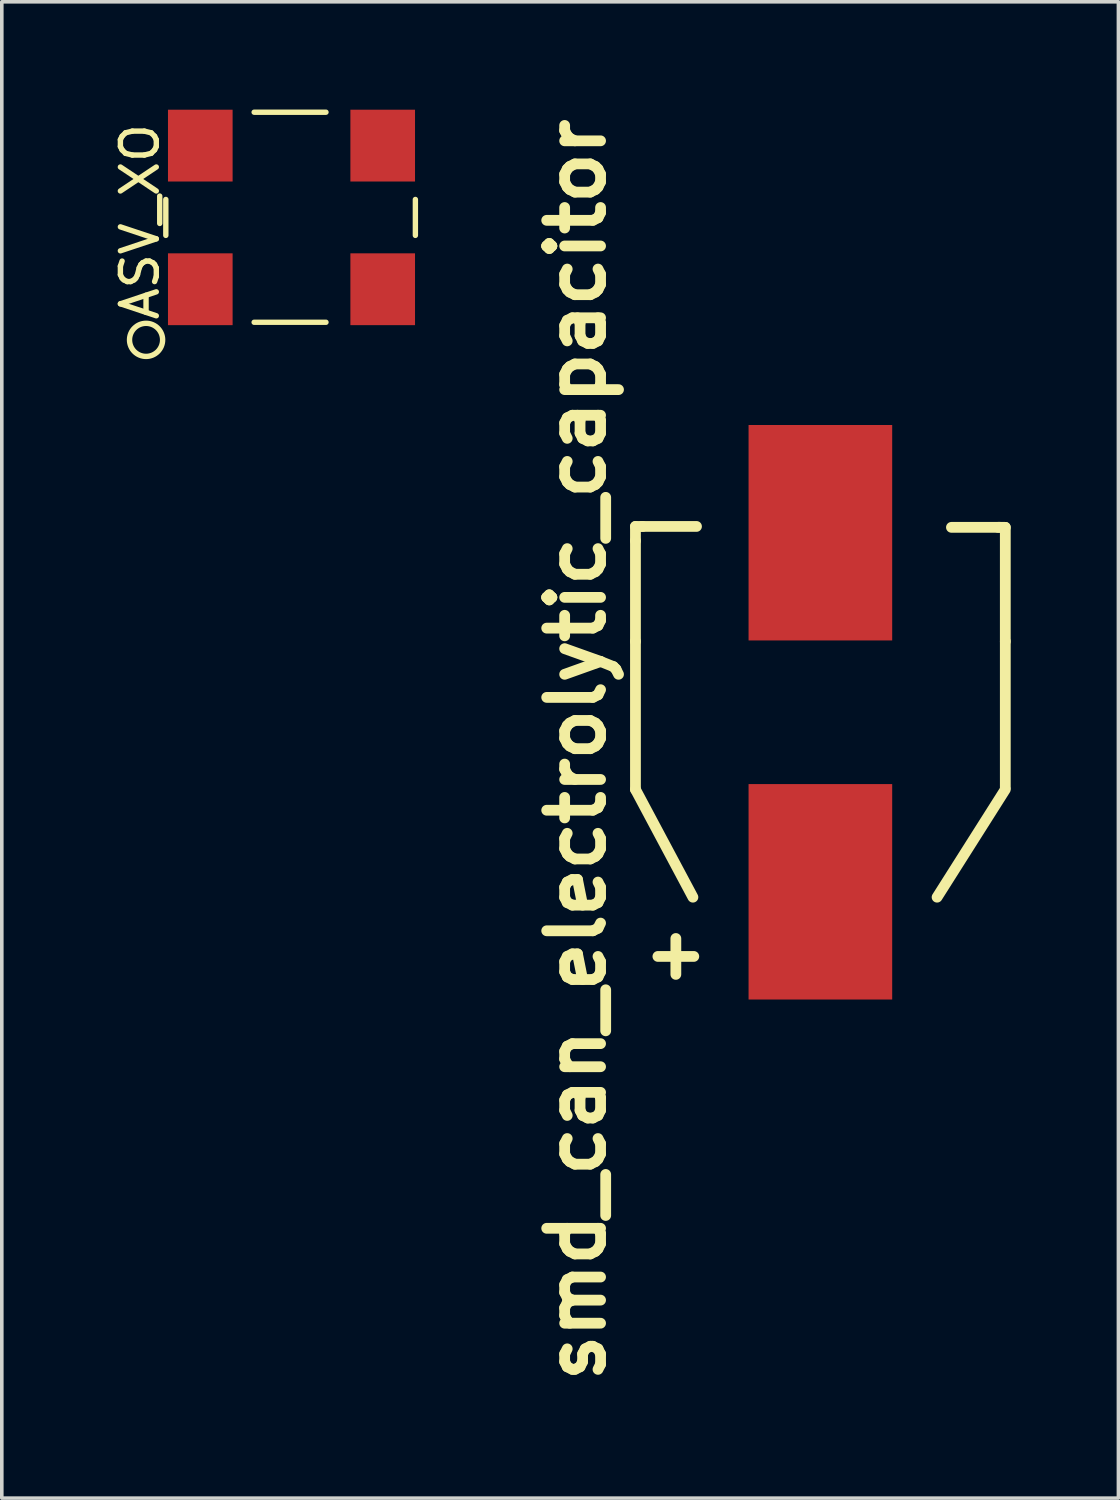
<source format=kicad_pcb>
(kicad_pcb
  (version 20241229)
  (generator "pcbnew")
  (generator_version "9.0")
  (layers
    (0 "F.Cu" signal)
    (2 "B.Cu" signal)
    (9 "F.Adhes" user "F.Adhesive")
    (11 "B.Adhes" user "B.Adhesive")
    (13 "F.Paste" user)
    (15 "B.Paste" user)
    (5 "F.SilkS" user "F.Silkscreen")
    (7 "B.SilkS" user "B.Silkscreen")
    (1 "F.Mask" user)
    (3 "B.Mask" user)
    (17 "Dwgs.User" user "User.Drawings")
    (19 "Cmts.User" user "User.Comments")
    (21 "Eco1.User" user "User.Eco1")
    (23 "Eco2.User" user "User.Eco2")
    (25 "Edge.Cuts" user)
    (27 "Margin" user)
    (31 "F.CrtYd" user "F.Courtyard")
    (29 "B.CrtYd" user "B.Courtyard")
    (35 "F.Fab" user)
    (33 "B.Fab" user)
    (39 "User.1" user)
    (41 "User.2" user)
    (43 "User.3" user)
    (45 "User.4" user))
  (footprint "ASV_XO"
    (layer "F.Cu")
    (at 2.528 5.005)
    (property "Reference" "ASV_XO" (at -1.68 -1.88 90) (layer "F.SilkS") (effects (font (size 1 1) (thickness 0.15))))
    (attr through_hole)
    (fp_line (start -0.96 -2.5) (end -0.96 -1.5) (stroke (width 0.15) (type solid)) (layer "F.SilkS"))
    (fp_line (start 1.5 -4.93) (end 3.5 -4.93) (stroke (width 0.15) (type solid)) (layer "F.SilkS"))
    (fp_line (start 1.5 0.92) (end 3.5 0.92) (stroke (width 0.15) (type solid)) (layer "F.SilkS"))
    (fp_line (start 5.99 -1.5) (end 5.99 -2.5) (stroke (width 0.15) (type solid)) (layer "F.SilkS"))
    (fp_circle (center -1.51 1.41) (end -1.16 1.71) (stroke (width 0.15) (type solid)) (fill no) (layer "F.SilkS"))
    (pad "1" smd rect (at 0 0) (size 1.8 2) (layers "F.Cu" "F.Mask" "F.Paste"))
    (pad "2" smd rect (at 5.08 0) (size 1.8 2) (layers "F.Cu" "F.Mask" "F.Paste"))
    (pad "3" smd rect (at 5.08 -4) (size 1.8 2) (layers "F.Cu" "F.Mask" "F.Paste"))
    (pad "4" smd rect (at 0 -4) (size 1.8 2) (layers "F.Cu" "F.Mask" "F.Paste")))
  (footprint "smd_can_electrolytic_capacitor"
    (layer "F.Cu")
    (at 19.797 21.786)
    (property "Reference" "smd_can_electrolytic_capacitor" (at -6.8 -3.95 90) (layer "F.SilkS") (effects (font (size 1.5 1.5) (thickness 0.3))))
    (attr through_hole)
    (fp_line (start -5.15 -10.175) (end -4.95 -10.175) (stroke (width 0.3) (type solid)) (layer "F.SilkS"))
    (fp_line (start -5.15 -9.775) (end -5.15 -10.175) (stroke (width 0.3) (type solid)) (layer "F.SilkS"))
    (fp_line (start -5.15 -6.975) (end -5.15 -9.775) (stroke (width 0.3) (type solid)) (layer "F.SilkS"))
    (fp_line (start -5.15 -6.975) (end -5.15 -2.85) (stroke (width 0.3) (type solid)) (layer "F.SilkS"))
    (fp_line (start -4.525 1.8) (end -3.525 1.8) (stroke (width 0.3) (type solid)) (layer "F.SilkS"))
    (fp_line (start -4.025 1.3) (end -4.025 2.3) (stroke (width 0.3) (type solid)) (layer "F.SilkS"))
    (fp_line (start -3.55 0.15) (end -5.15 -2.85) (stroke (width 0.3) (type solid)) (layer "F.SilkS"))
    (fp_line (start -3.45 -10.175) (end -4.975 -10.175) (stroke (width 0.3) (type solid)) (layer "F.SilkS"))
    (fp_line (start 3.25 0.15) (end 5.15 -2.85) (stroke (width 0.3) (type solid)) (layer "F.SilkS"))
    (fp_line (start 3.65 -10.15) (end 5.025 -10.15) (stroke (width 0.3) (type solid)) (layer "F.SilkS"))
    (fp_line (start 5.15 -10.15) (end 4.95 -10.15) (stroke (width 0.3) (type solid)) (layer "F.SilkS"))
    (fp_line (start 5.15 -6.975) (end 5.15 -10.15) (stroke (width 0.3) (type solid)) (layer "F.SilkS"))
    (fp_line (start 5.15 -6.975) (end 5.15 -2.9) (stroke (width 0.3) (type solid)) (layer "F.SilkS"))
    (pad "1" smd rect (at 0 0) (size 4 6) (layers "F.Cu" "F.Mask" "F.Paste"))
    (pad "2" smd rect (at 0 -10) (size 4 6) (layers "F.Cu" "F.Mask" "F.Paste")))
  (gr_rect
    (start -3 -3)
    (end 28.097 38.671)
    (stroke (width 0.1) (type default))
    (fill no)
    (layer "Edge.Cuts")))
</source>
